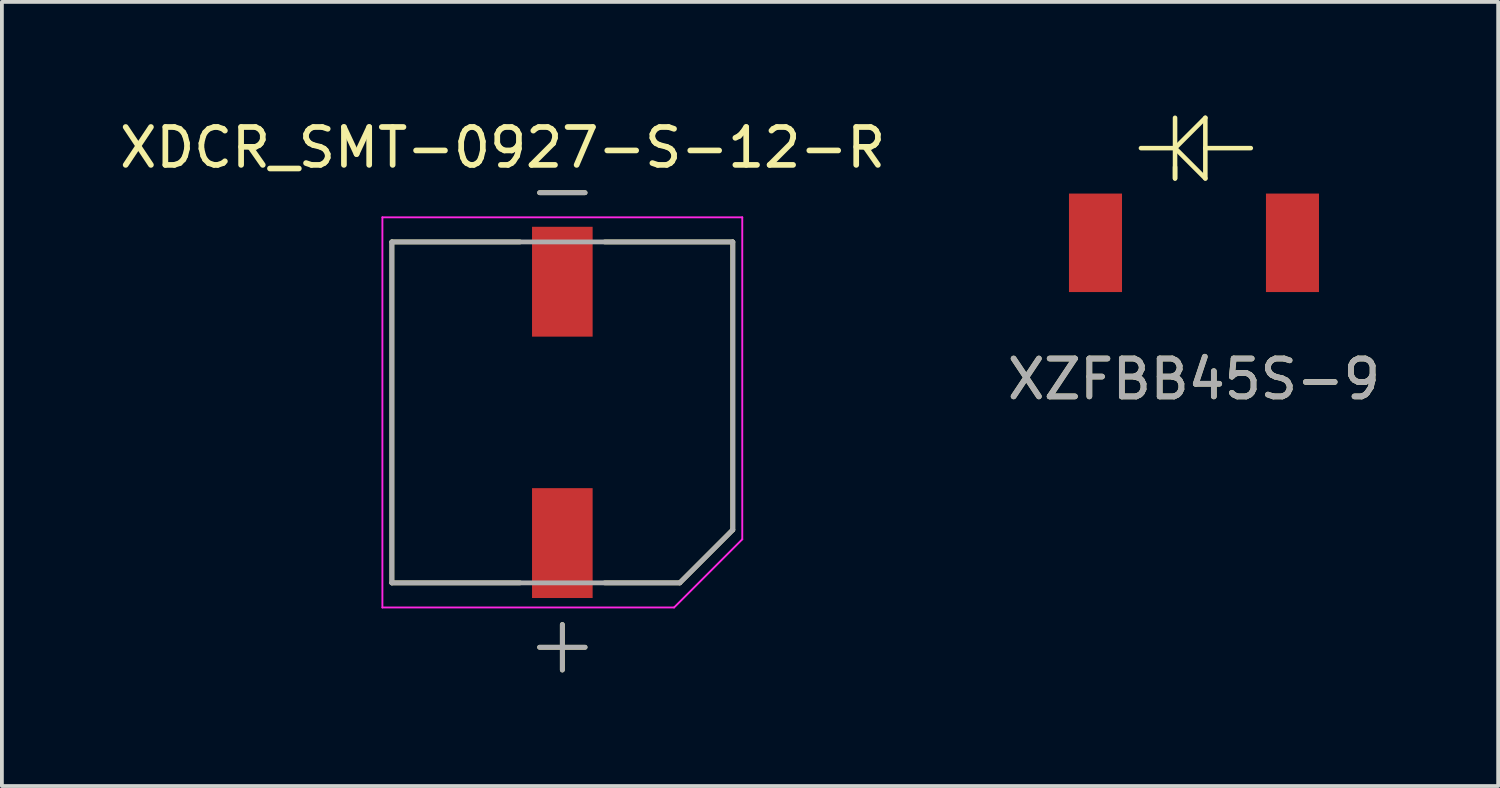
<source format=kicad_pcb>
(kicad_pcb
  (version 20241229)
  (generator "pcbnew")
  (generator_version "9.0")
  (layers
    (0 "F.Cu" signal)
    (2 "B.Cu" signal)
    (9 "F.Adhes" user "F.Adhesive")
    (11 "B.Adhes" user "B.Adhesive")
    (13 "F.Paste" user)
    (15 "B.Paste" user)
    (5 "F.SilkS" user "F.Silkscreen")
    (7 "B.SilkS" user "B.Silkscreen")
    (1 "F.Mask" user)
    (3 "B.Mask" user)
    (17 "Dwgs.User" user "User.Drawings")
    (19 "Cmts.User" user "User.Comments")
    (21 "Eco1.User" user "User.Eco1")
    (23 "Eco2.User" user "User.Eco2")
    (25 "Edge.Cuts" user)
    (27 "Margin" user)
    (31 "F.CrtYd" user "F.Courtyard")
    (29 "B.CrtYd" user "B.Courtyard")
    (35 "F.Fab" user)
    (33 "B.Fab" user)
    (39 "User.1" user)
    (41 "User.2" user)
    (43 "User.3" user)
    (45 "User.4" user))
  (footprint "XZFBB45S-9"
    (layer "F.Cu")
    (at 28.47 3.36)
    (property "Reference" "XZFBB45S-9" (at 0 3.6 0) (unlocked yes) (layer "F.SilkS") (effects (font (size 1 1) (thickness 0.15))))
    (attr smd)
    (fp_circle (center 0 0) (end 1.487 0) (stroke (width 0.12) (type solid)) (fill yes) (layer "F.Mask"))
    (fp_line (start -0.5 -3.3) (end -0.5 -1.7) (stroke (width 0.12) (type solid)) (layer "F.SilkS"))
    (fp_line (start -0.5 -2.5) (end -1.4 -2.5) (stroke (width 0.12) (type solid)) (layer "F.SilkS"))
    (fp_line (start -0.5 -2.5) (end 0.3 -1.7) (stroke (width 0.12) (type solid)) (layer "F.SilkS"))
    (fp_line (start -0.5 -1.7) (end -0.5 -2) (stroke (width 0.12) (type solid)) (layer "F.SilkS"))
    (fp_line (start 0.3 -3.3) (end -0.5 -2.5) (stroke (width 0.12) (type solid)) (layer "F.SilkS"))
    (fp_line (start 0.3 -2.5) (end 0.3 -3.3) (stroke (width 0.12) (type solid)) (layer "F.SilkS"))
    (fp_line (start 0.3 -1.7) (end 0.3 -2.5) (stroke (width 0.12) (type solid)) (layer "F.SilkS"))
    (fp_line (start 1.5 -2.5) (end 0.3 -2.5) (stroke (width 0.12) (type solid)) (layer "F.SilkS"))
    (fp_text user "${REFERENCE}" (at 0 3.6 0) (unlocked yes) (layer "F.Fab") (effects (font (size 1 1) (thickness 0.15))))
    (pad "1" smd rect (at -2.6 0) (size 1.4 2.6) (layers "F.Cu" "F.Mask" "F.Paste"))
    (pad "2" smd rect (at 2.6 0) (size 1.4 2.6) (layers "F.Cu" "F.Mask" "F.Paste")))
  (footprint "XDCR_SMT-0927-S-12-R"
    (layer "F.Cu")
    (at 11.795 7.837)
    (property "Reference" "XDCR_SMT-0927-S-12-R" (at -1.575 -6.989 0) (layer "F.SilkS") (effects (font (size 1 1) (thickness 0.15))))
    (attr smd)
    (fp_line (start -4.5 -4.5) (end -1.12 -4.5) (stroke (width 0.127) (type solid)) (layer "F.SilkS"))
    (fp_line (start -4.5 4.5) (end -4.5 -4.5) (stroke (width 0.127) (type solid)) (layer "F.SilkS"))
    (fp_line (start -1.12 4.5) (end -4.5 4.5) (stroke (width 0.127) (type solid)) (layer "F.SilkS"))
    (fp_line (start -0.6 -5.8) (end 0.6 -5.8) (stroke (width 0.127) (type solid)) (layer "F.SilkS"))
    (fp_line (start -0.6 6.2) (end 0.6 6.2) (stroke (width 0.127) (type solid)) (layer "F.SilkS"))
    (fp_line (start 0 5.6) (end 0 6.8) (stroke (width 0.127) (type solid)) (layer "F.SilkS"))
    (fp_line (start 1.12 -4.5) (end 4.5 -4.5) (stroke (width 0.127) (type solid)) (layer "F.SilkS"))
    (fp_line (start 3.1 4.5) (end 1.12 4.5) (stroke (width 0.127) (type solid)) (layer "F.SilkS"))
    (fp_line (start 3.1 4.5) (end 4.5 3.1) (stroke (width 0.127) (type solid)) (layer "F.SilkS"))
    (fp_line (start 4.5 -4.5) (end 4.5 3.1) (stroke (width 0.127) (type solid)) (layer "F.SilkS"))
    (fp_line (start -4.75 -5.15) (end 4.75 -5.15) (stroke (width 0.05) (type solid)) (layer "F.CrtYd"))
    (fp_line (start -4.75 5.15) (end -4.75 -5.15) (stroke (width 0.05) (type solid)) (layer "F.CrtYd"))
    (fp_line (start 2.95 5.15) (end -4.75 5.15) (stroke (width 0.05) (type solid)) (layer "F.CrtYd"))
    (fp_line (start 4.75 -5.15) (end 4.75 3.35) (stroke (width 0.05) (type solid)) (layer "F.CrtYd"))
    (fp_line (start 4.75 3.35) (end 2.95 5.15) (stroke (width 0.05) (type solid)) (layer "F.CrtYd"))
    (fp_line (start -4.5 -4.5) (end 4.5 -4.5) (stroke (width 0.127) (type solid)) (layer "F.Fab"))
    (fp_line (start -4.5 4.5) (end -4.5 -4.5) (stroke (width 0.127) (type solid)) (layer "F.Fab"))
    (fp_line (start -0.6 -5.8) (end 0.6 -5.8) (stroke (width 0.127) (type solid)) (layer "F.Fab"))
    (fp_line (start -0.6 6.2) (end 0.6 6.2) (stroke (width 0.127) (type solid)) (layer "F.Fab"))
    (fp_line (start 0 5.6) (end 0 6.8) (stroke (width 0.127) (type solid)) (layer "F.Fab"))
    (fp_line (start 3.1 4.5) (end -4.5 4.5) (stroke (width 0.127) (type solid)) (layer "F.Fab"))
    (fp_line (start 3.1 4.5) (end 4.5 3.1) (stroke (width 0.127) (type solid)) (layer "F.Fab"))
    (fp_line (start 4.5 -4.5) (end 4.5 3.1) (stroke (width 0.127) (type solid)) (layer "F.Fab"))
    (pad "N" smd rect (at 0 -3.45) (size 1.6 2.9) (layers "F.Cu" "F.Mask" "F.Paste"))
    (pad "P" smd rect (at 0 3.45) (size 1.6 2.9) (layers "F.Cu" "F.Mask" "F.Paste")))
  (gr_rect
    (start -3 -3)
    (end 36.5 17.701)
    (stroke (width 0.1) (type default))
    (fill no)
    (layer "Edge.Cuts")))
</source>
